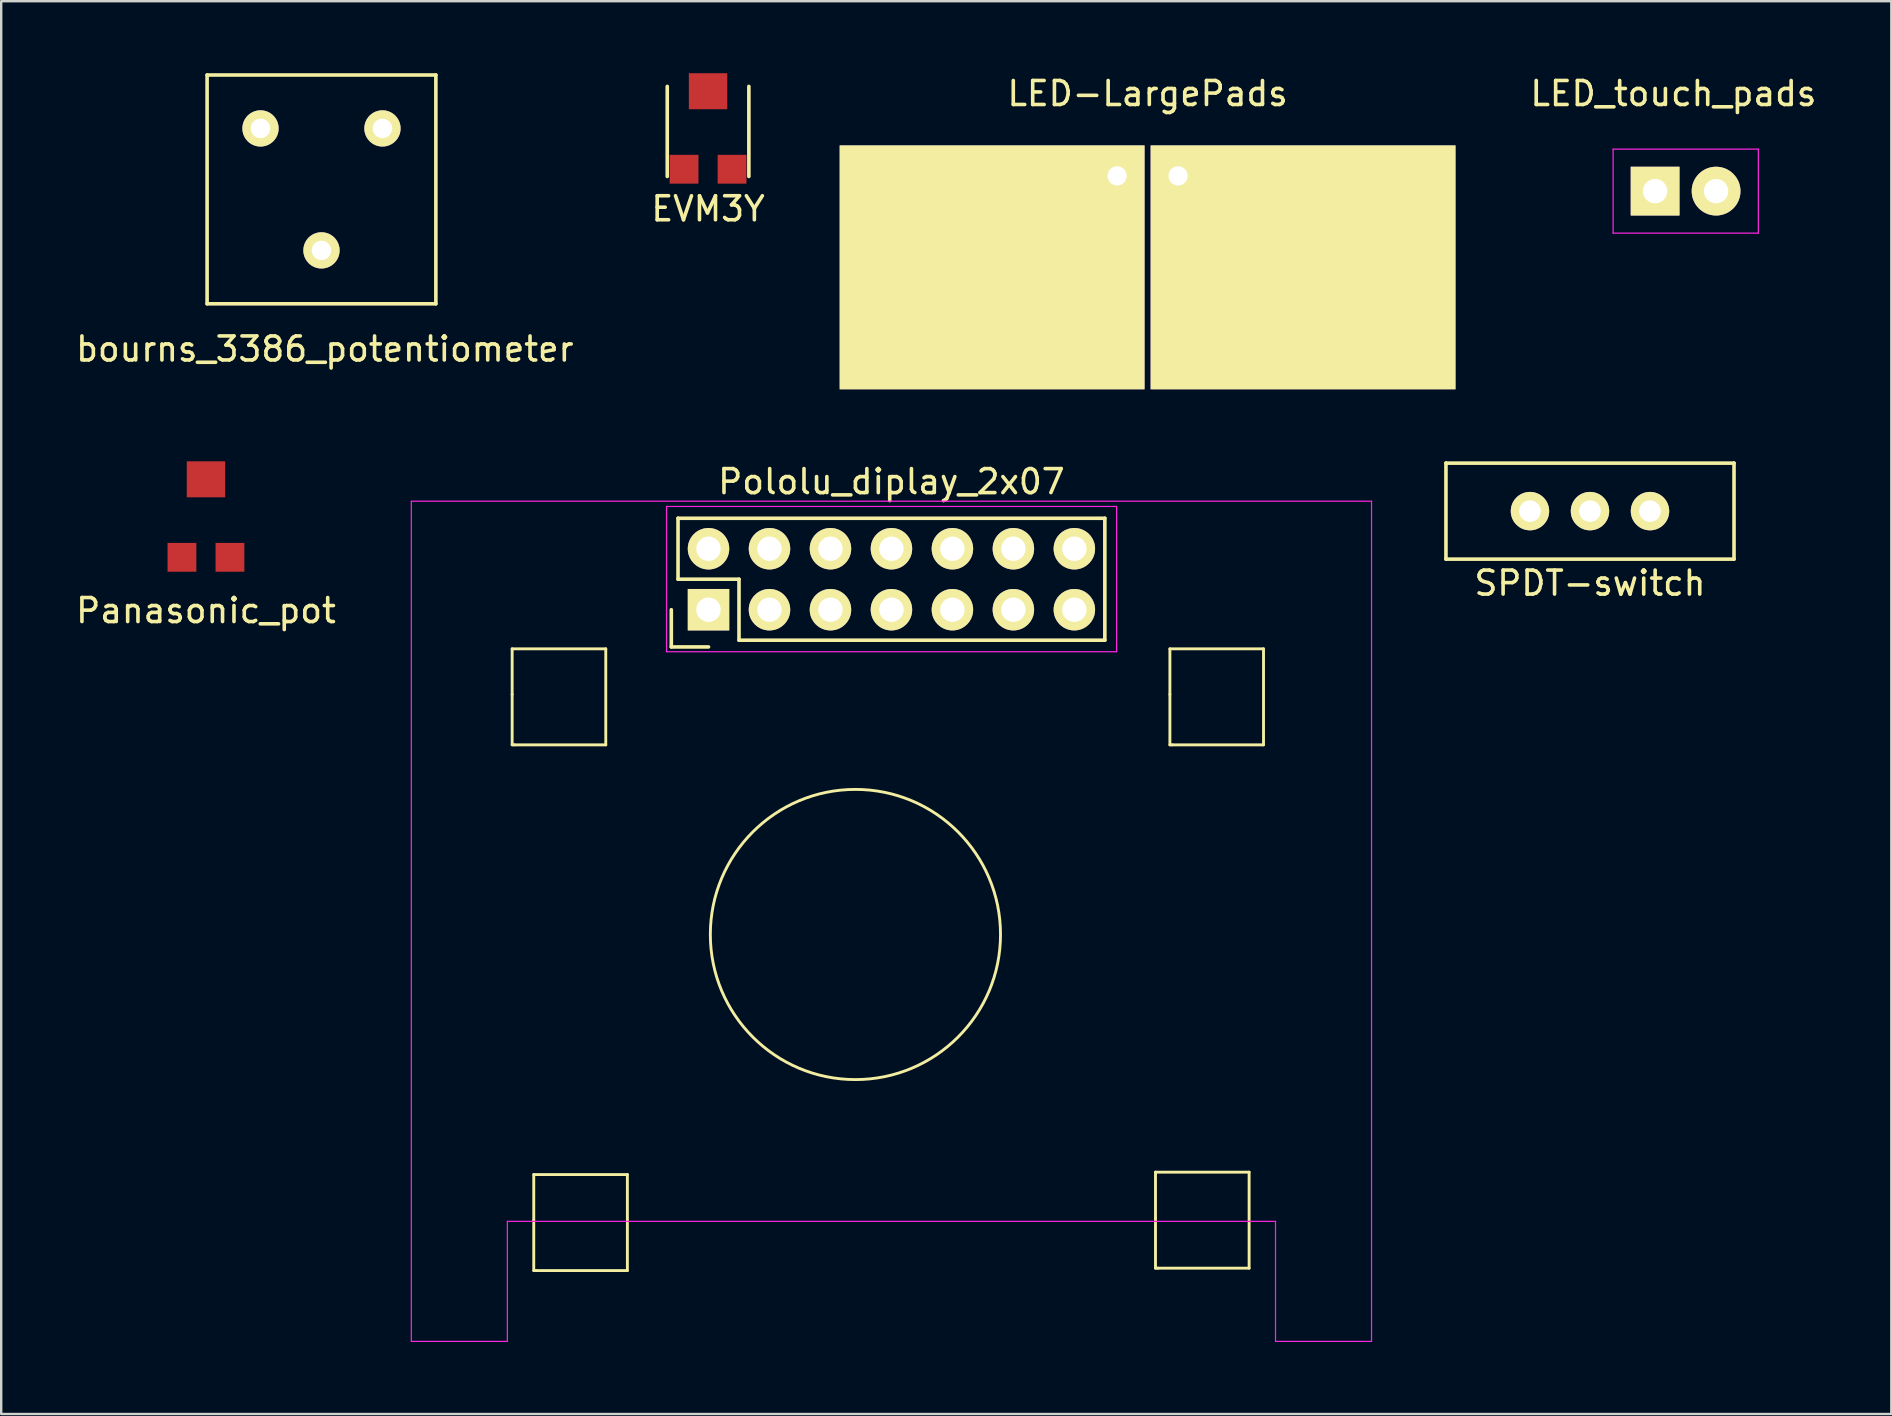
<source format=kicad_pcb>
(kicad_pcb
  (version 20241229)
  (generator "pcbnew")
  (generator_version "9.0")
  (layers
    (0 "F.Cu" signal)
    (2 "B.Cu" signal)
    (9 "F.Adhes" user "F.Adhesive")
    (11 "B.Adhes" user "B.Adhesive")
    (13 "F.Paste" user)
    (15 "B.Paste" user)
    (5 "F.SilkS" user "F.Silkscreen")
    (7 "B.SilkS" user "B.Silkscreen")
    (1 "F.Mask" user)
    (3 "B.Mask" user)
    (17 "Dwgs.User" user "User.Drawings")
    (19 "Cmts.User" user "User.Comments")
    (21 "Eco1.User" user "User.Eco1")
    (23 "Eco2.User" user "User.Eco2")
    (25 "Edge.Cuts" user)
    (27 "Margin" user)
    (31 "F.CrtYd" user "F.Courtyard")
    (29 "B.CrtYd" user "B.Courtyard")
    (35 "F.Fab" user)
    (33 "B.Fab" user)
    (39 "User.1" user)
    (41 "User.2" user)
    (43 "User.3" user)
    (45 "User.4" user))
  (footprint "EVM3Y"
    (layer "F.Cu")
    (at 26.446 2.4)
    (property "Reference" "EVM3Y" (at 0 3.25 0) (layer "F.SilkS") (effects (font (size 1 1) (thickness 0.15))))
    (attr through_hole)
    (fp_line (start -1.7 -1.85) (end -1.7 1.9) (stroke (width 0.15) (type solid)) (layer "F.SilkS"))
    (fp_line (start 1.7 -1.85) (end 1.7 1.9) (stroke (width 0.15) (type solid)) (layer "F.SilkS"))
    (pad "1" smd rect (at -1 1.6) (size 1.2 1.2) (layers "F.Cu" "F.Mask" "F.Paste"))
    (pad "2" smd rect (at 0 -1.65) (size 1.6 1.5) (layers "F.Cu" "F.Mask" "F.Paste"))
    (pad "3" smd rect (at 1 1.6) (size 1.2 1.2) (layers "F.Cu" "F.Mask" "F.Paste")))
  (footprint "SPDT-switch"
    (layer "F.Cu")
    (at 63.185 18.242)
    (property "Reference" "SPDT-switch" (at 0 3 0) (layer "F.SilkS") (effects (font (size 1 1) (thickness 0.15))))
    (attr through_hole)
    (fp_line (start -6 -2) (end 6 -2) (stroke (width 0.15) (type solid)) (layer "F.SilkS"))
    (fp_line (start -6 2) (end -6 -2) (stroke (width 0.15) (type solid)) (layer "F.SilkS"))
    (fp_line (start 6 -2) (end 6 2) (stroke (width 0.15) (type solid)) (layer "F.SilkS"))
    (fp_line (start 6 2) (end -6 2) (stroke (width 0.15) (type solid)) (layer "F.SilkS"))
    (pad "1" thru_hole circle (at -2.5 0) (size 1.6 1.6) (drill 0.9) (layers "*.Cu" "*.Mask" "F.SilkS"))
    (pad "2" thru_hole circle (at 0 0) (size 1.6 1.6) (drill 0.9) (layers "*.Cu" "*.Mask" "F.SilkS"))
    (pad "3" thru_hole circle (at 2.5 0) (size 1.6 1.6) (drill 0.9) (layers "*.Cu" "*.Mask" "F.SilkS")))
  (footprint "LED-LargePads"
    (layer "F.Cu")
    (at 44.756 4.277)
    (property "Reference" "LED-LargePads" (at 0 -3.429 0) (layer "F.SilkS") (effects (font (size 1 1) (thickness 0.15))))
    (attr through_hole)
    (pad "1" thru_hole rect (at -1.27 0 180) (size 12.7 10.16) (drill 0.8 (offset 5.207 -3.81)) (layers "*.Cu" "*.Mask" "F.SilkS"))
    (pad "2" thru_hole rect (at 1.27 0 180) (size 12.7 10.16) (drill 0.8 (offset -5.207 -3.81)) (layers "*.Cu" "*.Mask" "F.SilkS")))
  (footprint "Pololu_diplay_2x07"
    (layer "F.Cu")
    (at 34.085 21.079)
    (property "Reference" "Pololu_diplay_2x07" (at 0 -4.064 180) (layer "F.SilkS") (effects (font (size 1 1) (thickness 0.15))))
    (attr through_hole)
    (fp_line (start -15.8 2.9) (end -11.9 2.9) (stroke (width 0.12) (type solid)) (layer "F.SilkS"))
    (fp_line (start -15.8 4.8) (end -15.8 2.9) (stroke (width 0.12) (type solid)) (layer "F.SilkS"))
    (fp_line (start -15.8 6.9) (end -15.8 4.8) (stroke (width 0.12) (type solid)) (layer "F.SilkS"))
    (fp_line (start -15.7 6.9) (end -15.8 6.9) (stroke (width 0.12) (type solid)) (layer "F.SilkS"))
    (fp_line (start -14.9 24.8) (end -11 24.8) (stroke (width 0.12) (type solid)) (layer "F.SilkS"))
    (fp_line (start -14.9 26.7) (end -14.9 24.8) (stroke (width 0.12) (type solid)) (layer "F.SilkS"))
    (fp_line (start -14.9 28.8) (end -14.9 26.7) (stroke (width 0.12) (type solid)) (layer "F.SilkS"))
    (fp_line (start -14.8 28.8) (end -14.9 28.8) (stroke (width 0.12) (type solid)) (layer "F.SilkS"))
    (fp_line (start -11.9 2.9) (end -11.9 6.9) (stroke (width 0.12) (type solid)) (layer "F.SilkS"))
    (fp_line (start -11.9 6.9) (end -15.7 6.9) (stroke (width 0.12) (type solid)) (layer "F.SilkS"))
    (fp_line (start -11 24.8) (end -11 28.8) (stroke (width 0.12) (type solid)) (layer "F.SilkS"))
    (fp_line (start -11 28.8) (end -14.8 28.8) (stroke (width 0.12) (type solid)) (layer "F.SilkS"))
    (fp_line (start -9.17 1.27) (end -9.17 2.82) (stroke (width 0.15) (type solid)) (layer "F.SilkS"))
    (fp_line (start -9.17 2.82) (end -7.62 2.82) (stroke (width 0.15) (type solid)) (layer "F.SilkS"))
    (fp_line (start -8.89 -2.54) (end -8.89 0) (stroke (width 0.15) (type solid)) (layer "F.SilkS"))
    (fp_line (start -8.89 0) (end -6.35 0) (stroke (width 0.15) (type solid)) (layer "F.SilkS"))
    (fp_line (start -6.35 0) (end -6.35 2.54) (stroke (width 0.15) (type solid)) (layer "F.SilkS"))
    (fp_line (start -6.35 2.54) (end 8.89 2.54) (stroke (width 0.15) (type solid)) (layer "F.SilkS"))
    (fp_line (start 8.89 -2.54) (end -8.89 -2.54) (stroke (width 0.15) (type solid)) (layer "F.SilkS"))
    (fp_line (start 8.89 -2.54) (end 8.89 2.54) (stroke (width 0.15) (type solid)) (layer "F.SilkS"))
    (fp_line (start 11 24.7) (end 14.9 24.7) (stroke (width 0.12) (type solid)) (layer "F.SilkS"))
    (fp_line (start 11 26.6) (end 11 24.7) (stroke (width 0.12) (type solid)) (layer "F.SilkS"))
    (fp_line (start 11 28.7) (end 11 26.6) (stroke (width 0.12) (type solid)) (layer "F.SilkS"))
    (fp_line (start 11.1 28.7) (end 11 28.7) (stroke (width 0.12) (type solid)) (layer "F.SilkS"))
    (fp_line (start 11.6 2.9) (end 15.5 2.9) (stroke (width 0.12) (type solid)) (layer "F.SilkS"))
    (fp_line (start 11.6 4.8) (end 11.6 2.9) (stroke (width 0.12) (type solid)) (layer "F.SilkS"))
    (fp_line (start 11.6 6.9) (end 11.6 4.8) (stroke (width 0.12) (type solid)) (layer "F.SilkS"))
    (fp_line (start 11.7 6.9) (end 11.6 6.9) (stroke (width 0.12) (type solid)) (layer "F.SilkS"))
    (fp_line (start 14.9 24.7) (end 14.9 28.7) (stroke (width 0.12) (type solid)) (layer "F.SilkS"))
    (fp_line (start 14.9 28.7) (end 11.1 28.7) (stroke (width 0.12) (type solid)) (layer "F.SilkS"))
    (fp_line (start 15.5 2.9) (end 15.5 6.9) (stroke (width 0.12) (type solid)) (layer "F.SilkS"))
    (fp_line (start 15.5 6.9) (end 11.7 6.9) (stroke (width 0.12) (type solid)) (layer "F.SilkS"))
    (fp_circle (center -1.5 14.8) (end 3.2 11) (stroke (width 0.12) (type solid)) (fill no) (layer "F.SilkS"))
    (fp_line (start -20 -3.25) (end 20 -3.25) (stroke (width 0.05) (type solid)) (layer "F.CrtYd"))
    (fp_line (start -20 31.75) (end -20 -3.25) (stroke (width 0.05) (type solid)) (layer "F.CrtYd"))
    (fp_line (start -20 31.75) (end -16 31.75) (stroke (width 0.05) (type solid)) (layer "F.CrtYd"))
    (fp_line (start -16 26.75) (end -16 31.75) (stroke (width 0.05) (type solid)) (layer "F.CrtYd"))
    (fp_line (start -16 26.75) (end 16 26.75) (stroke (width 0.05) (type solid)) (layer "F.CrtYd"))
    (fp_line (start -9.37 -3.03) (end 9.38 -3.03) (stroke (width 0.05) (type solid)) (layer "F.CrtYd"))
    (fp_line (start -9.37 3.02) (end -9.37 -3.03) (stroke (width 0.05) (type solid)) (layer "F.CrtYd"))
    (fp_line (start -9.37 3.02) (end 9.38 3.02) (stroke (width 0.05) (type solid)) (layer "F.CrtYd"))
    (fp_line (start 9.38 3.02) (end 9.38 -3.03) (stroke (width 0.05) (type solid)) (layer "F.CrtYd"))
    (fp_line (start 16 26.75) (end 16 31.75) (stroke (width 0.05) (type solid)) (layer "F.CrtYd"))
    (fp_line (start 20 31.75) (end 16 31.75) (stroke (width 0.05) (type solid)) (layer "F.CrtYd"))
    (fp_line (start 20 31.75) (end 20 -3.25) (stroke (width 0.05) (type solid)) (layer "F.CrtYd"))
    (pad "1" thru_hole rect (at -7.62 1.27 90) (size 1.727 1.727) (drill 1.016) (layers "*.Cu" "*.Mask" "F.SilkS"))
    (pad "2" thru_hole oval (at -7.62 -1.27 90) (size 1.727 1.727) (drill 1.016) (layers "*.Cu" "*.Mask" "F.SilkS"))
    (pad "3" thru_hole oval (at -5.08 1.27 90) (size 1.727 1.727) (drill 1.016) (layers "*.Cu" "*.Mask" "F.SilkS"))
    (pad "4" thru_hole oval (at -5.08 -1.27 90) (size 1.727 1.727) (drill 1.016) (layers "*.Cu" "*.Mask" "F.SilkS"))
    (pad "5" thru_hole oval (at -2.54 1.27 90) (size 1.727 1.727) (drill 1.016) (layers "*.Cu" "*.Mask" "F.SilkS"))
    (pad "6" thru_hole oval (at -2.54 -1.27 90) (size 1.727 1.727) (drill 1.016) (layers "*.Cu" "*.Mask" "F.SilkS"))
    (pad "7" thru_hole oval (at 0 1.27 90) (size 1.727 1.727) (drill 1.016) (layers "*.Cu" "*.Mask" "F.SilkS"))
    (pad "8" thru_hole oval (at 0 -1.27 90) (size 1.727 1.727) (drill 1.016) (layers "*.Cu" "*.Mask" "F.SilkS"))
    (pad "9" thru_hole oval (at 2.54 1.27 90) (size 1.727 1.727) (drill 1.016) (layers "*.Cu" "*.Mask" "F.SilkS"))
    (pad "10" thru_hole oval (at 2.54 -1.27 90) (size 1.727 1.727) (drill 1.016) (layers "*.Cu" "*.Mask" "F.SilkS"))
    (pad "11" thru_hole oval (at 5.08 1.27 90) (size 1.727 1.727) (drill 1.016) (layers "*.Cu" "*.Mask" "F.SilkS"))
    (pad "12" thru_hole oval (at 5.08 -1.27 90) (size 1.727 1.727) (drill 1.016) (layers "*.Cu" "*.Mask" "F.SilkS"))
    (pad "13" thru_hole oval (at 7.62 1.27 90) (size 1.727 1.727) (drill 1.016) (layers "*.Cu" "*.Mask" "F.SilkS"))
    (pad "14" thru_hole oval (at 7.62 -1.27 90) (size 1.727 1.727) (drill 1.016) (layers "*.Cu" "*.Mask" "F.SilkS")))
  (footprint "LED_touch_pads"
    (layer "F.Cu")
    (at 65.898 4.912)
    (property "Reference" "LED_touch_pads" (at 0.762 -4.064 180) (layer "F.SilkS") (effects (font (size 1 1) (thickness 0.15))))
    (attr through_hole)
    (fp_line (start -1.75 -1.75) (end 4.3 -1.75) (stroke (width 0.05) (type solid)) (layer "F.CrtYd"))
    (fp_line (start -1.75 1.75) (end -1.75 -1.75) (stroke (width 0.05) (type solid)) (layer "F.CrtYd"))
    (fp_line (start -1.75 1.75) (end 4.3 1.75) (stroke (width 0.05) (type solid)) (layer "F.CrtYd"))
    (fp_line (start 4.3 1.75) (end 4.3 -1.75) (stroke (width 0.05) (type solid)) (layer "F.CrtYd"))
    (pad "1" thru_hole rect (at 0 0 90) (size 2.032 2.032) (drill 1.016) (layers "*.Cu" "*.Mask" "F.SilkS"))
    (pad "2" thru_hole oval (at 2.54 0 90) (size 2.032 2.032) (drill 1.016) (layers "*.Cu" "*.Mask" "F.SilkS")))
  (footprint "Panasonic_pot"
    (layer "F.Cu")
    (at 5.53 18.567)
    (property "Reference" "Panasonic_pot" (at 0 3.82 0) (layer "F.SilkS") (effects (font (size 1 1) (thickness 0.15))))
    (attr through_hole)
    (pad "1" smd rect (at -1 1.6) (size 1.2 1.2) (layers "F.Cu" "F.Mask" "F.Paste"))
    (pad "2" smd rect (at 0 -1.65) (size 1.6 1.5) (layers "F.Cu" "F.Mask" "F.Paste"))
    (pad "3" smd rect (at 1 1.6) (size 1.2 1.2) (layers "F.Cu" "F.Mask" "F.Paste")))
  (footprint "bourns_3386_potentiometer"
    (layer "F.Cu")
    (at 10.342 4.84)
    (property "Reference" "bourns_3386_potentiometer" (at 0.14 6.65 0) (layer "F.SilkS") (effects (font (size 1 1) (thickness 0.15))))
    (attr through_hole)
    (fp_line (start -4.765 -4.765) (end 4.765 -4.765) (stroke (width 0.15) (type solid)) (layer "F.SilkS"))
    (fp_line (start -4.765 4.765) (end -4.765 -4.765) (stroke (width 0.15) (type solid)) (layer "F.SilkS"))
    (fp_line (start 4.765 -4.765) (end 4.765 4.765) (stroke (width 0.15) (type solid)) (layer "F.SilkS"))
    (fp_line (start 4.765 4.765) (end -4.765 4.765) (stroke (width 0.15) (type solid)) (layer "F.SilkS"))
    (pad "1" thru_hole circle (at -2.54 -2.54) (size 1.51 1.51) (drill 0.81) (layers "*.Cu" "*.Mask" "F.SilkS"))
    (pad "2" thru_hole circle (at 0 2.54) (size 1.51 1.51) (drill 0.81) (layers "*.Cu" "*.Mask" "F.SilkS"))
    (pad "3" thru_hole circle (at 2.54 -2.54) (size 1.51 1.51) (drill 0.81) (layers "*.Cu" "*.Mask" "F.SilkS")))
  (gr_rect
    (start -3 -3)
    (end 75.737 55.855)
    (stroke (width 0.1) (type default))
    (fill no)
    (layer "Edge.Cuts")))
</source>
